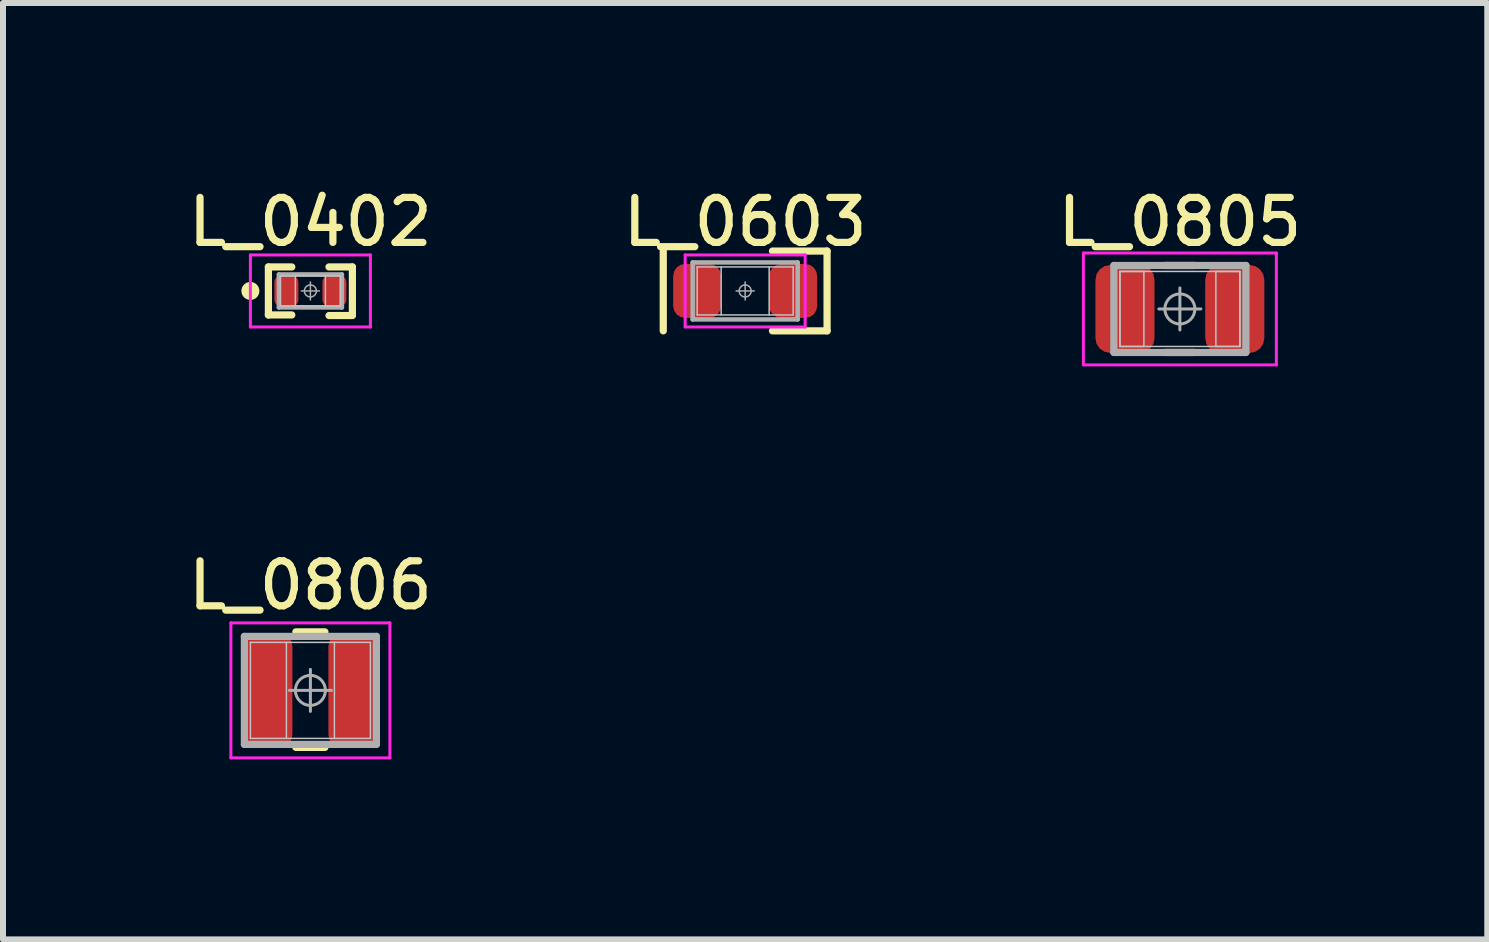
<source format=kicad_pcb>
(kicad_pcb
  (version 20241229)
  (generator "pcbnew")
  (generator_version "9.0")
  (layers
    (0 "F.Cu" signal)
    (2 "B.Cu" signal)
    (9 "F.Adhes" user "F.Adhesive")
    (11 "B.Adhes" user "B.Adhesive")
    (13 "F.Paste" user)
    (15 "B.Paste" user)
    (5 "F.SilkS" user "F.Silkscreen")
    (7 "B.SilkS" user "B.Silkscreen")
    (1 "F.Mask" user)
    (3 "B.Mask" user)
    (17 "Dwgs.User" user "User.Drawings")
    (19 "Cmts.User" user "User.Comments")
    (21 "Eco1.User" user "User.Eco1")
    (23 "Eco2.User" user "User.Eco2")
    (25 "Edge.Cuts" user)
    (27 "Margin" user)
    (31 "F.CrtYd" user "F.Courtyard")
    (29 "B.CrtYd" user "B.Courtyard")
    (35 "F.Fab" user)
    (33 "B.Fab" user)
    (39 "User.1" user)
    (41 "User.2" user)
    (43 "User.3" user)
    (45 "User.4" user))
  (footprint "L_0806"
    (layer "F.Cu")
    (at 2.123 8.456)
    (property "Reference" "L_0806" (at 0 -1.75 0) (layer "F.SilkS") (effects (font (size 0.75 0.75) (thickness 0.12))))
    (attr smd)
    (fp_line (start -0.242 -0.975) (end 0.242 -0.975) (stroke (width 0.12) (type solid)) (layer "F.SilkS"))
    (fp_line (start -0.242 0.95) (end 0.242 0.95) (stroke (width 0.12) (type solid)) (layer "F.SilkS"))
    (fp_line (start -1 -0.8) (end 1 -0.8) (stroke (width 0.025) (type solid)) (layer "Dwgs.User"))
    (fp_line (start -1 0.8) (end -1 -0.8) (stroke (width 0.025) (type solid)) (layer "Dwgs.User"))
    (fp_line (start -0.4 -0.8) (end -0.4 0.8) (stroke (width 0.025) (type solid)) (layer "Dwgs.User"))
    (fp_line (start 0.4 0.8) (end 0.4 -0.8) (stroke (width 0.025) (type solid)) (layer "Dwgs.User"))
    (fp_line (start 1 -0.8) (end 1 0.8) (stroke (width 0.025) (type solid)) (layer "Dwgs.User"))
    (fp_line (start 1 0.8) (end -1 0.8) (stroke (width 0.025) (type solid)) (layer "Dwgs.User"))
    (fp_line (start -1.325 -1.125) (end 1.325 -1.125) (stroke (width 0.05) (type solid)) (layer "F.CrtYd"))
    (fp_line (start -1.325 1.125) (end -1.325 -1.125) (stroke (width 0.05) (type solid)) (layer "F.CrtYd"))
    (fp_line (start 1.325 -1.125) (end 1.325 1.125) (stroke (width 0.05) (type solid)) (layer "F.CrtYd"))
    (fp_line (start 1.325 1.125) (end -1.325 1.125) (stroke (width 0.05) (type solid)) (layer "F.CrtYd"))
    (fp_line (start -1.1 -0.9) (end 1.1 -0.9) (stroke (width 0.12) (type solid)) (layer "F.Fab"))
    (fp_line (start -1.1 0.9) (end -1.1 -0.9) (stroke (width 0.12) (type solid)) (layer "F.Fab"))
    (fp_line (start 0 -0.35) (end 0 0.35) (stroke (width 0.05) (type solid)) (layer "F.Fab"))
    (fp_line (start 0.35 0) (end -0.35 0) (stroke (width 0.05) (type solid)) (layer "F.Fab"))
    (fp_line (start 1.1 -0.9) (end 1.1 0.9) (stroke (width 0.12) (type solid)) (layer "F.Fab"))
    (fp_line (start 1.1 0.9) (end -1.1 0.9) (stroke (width 0.12) (type solid)) (layer "F.Fab"))
    (fp_circle (center 0 0) (end 0.25 0) (stroke (width 0.05) (type solid)) (fill no) (layer "F.Fab"))
    (pad "1" smd roundrect (at -0.725 0) (size 0.85 1.9) (layers "F.Cu" "F.Mask" "F.Paste") (roundrect_rratio 0.25))
    (pad "2" smd roundrect (at 0.725 0) (size 0.85 1.9) (layers "F.Cu" "F.Mask" "F.Paste") (roundrect_rratio 0.25)))
  (footprint "L_0805"
    (layer "F.Cu")
    (at 16.614 2.099)
    (property "Reference" "L_0805" (at 0 -1.45 0) (layer "F.SilkS") (effects (font (size 0.75 0.75) (thickness 0.12))))
    (attr smd)
    (fp_line (start -0.242 -0.725) (end 0.242 -0.725) (stroke (width 0.12) (type solid)) (layer "F.SilkS"))
    (fp_line (start -0.242 0.725) (end 0.242 0.725) (stroke (width 0.12) (type solid)) (layer "F.SilkS"))
    (fp_line (start -1 -0.625) (end -0.6 -0.625) (stroke (width 0.025) (type solid)) (layer "Dwgs.User"))
    (fp_line (start -1 -0.625) (end 1 -0.625) (stroke (width 0.025) (type solid)) (layer "Dwgs.User"))
    (fp_line (start -1 0.625) (end -1 -0.625) (stroke (width 0.025) (type solid)) (layer "Dwgs.User"))
    (fp_line (start -1 0.625) (end -1 -0.625) (stroke (width 0.025) (type solid)) (layer "Dwgs.User"))
    (fp_line (start -0.6 -0.625) (end -0.6 0.625) (stroke (width 0.025) (type solid)) (layer "Dwgs.User"))
    (fp_line (start -0.6 0.625) (end -1 0.625) (stroke (width 0.025) (type solid)) (layer "Dwgs.User"))
    (fp_line (start 0.6 -0.625) (end 1 -0.625) (stroke (width 0.025) (type solid)) (layer "Dwgs.User"))
    (fp_line (start 0.6 0.625) (end 0.6 -0.625) (stroke (width 0.025) (type solid)) (layer "Dwgs.User"))
    (fp_line (start 1 -0.625) (end 1 0.625) (stroke (width 0.025) (type solid)) (layer "Dwgs.User"))
    (fp_line (start 1 -0.625) (end 1 0.625) (stroke (width 0.025) (type solid)) (layer "Dwgs.User"))
    (fp_line (start 1 0.625) (end -1 0.625) (stroke (width 0.025) (type solid)) (layer "Dwgs.User"))
    (fp_line (start 1 0.625) (end 0.6 0.625) (stroke (width 0.025) (type solid)) (layer "Dwgs.User"))
    (fp_line (start -1.608 -0.932) (end 1.608 -0.932) (stroke (width 0.05) (type solid)) (layer "F.CrtYd"))
    (fp_line (start -1.608 0.932) (end -1.608 -0.932) (stroke (width 0.05) (type solid)) (layer "F.CrtYd"))
    (fp_line (start 1.608 -0.932) (end 1.608 0.932) (stroke (width 0.05) (type solid)) (layer "F.CrtYd"))
    (fp_line (start 1.608 0.932) (end -1.608 0.932) (stroke (width 0.05) (type solid)) (layer "F.CrtYd"))
    (fp_line (start -1.1 -0.725) (end 1.1 -0.725) (stroke (width 0.12) (type solid)) (layer "F.Fab"))
    (fp_line (start -1.1 0.725) (end -1.1 -0.725) (stroke (width 0.12) (type solid)) (layer "F.Fab"))
    (fp_line (start 0 -0.35) (end 0 0.35) (stroke (width 0.05) (type solid)) (layer "F.Fab"))
    (fp_line (start 0.35 0) (end -0.35 0) (stroke (width 0.05) (type solid)) (layer "F.Fab"))
    (fp_line (start 1.1 -0.725) (end 1.1 0.725) (stroke (width 0.12) (type solid)) (layer "F.Fab"))
    (fp_line (start 1.1 0.725) (end -1.1 0.725) (stroke (width 0.12) (type solid)) (layer "F.Fab"))
    (fp_circle (center 0 0) (end 0.25 0) (stroke (width 0.05) (type solid)) (fill no) (layer "F.Fab"))
    (pad "1" smd roundrect (at -0.915 0) (size 0.985 1.465) (layers "F.Cu" "F.Mask" "F.Paste") (roundrect_rratio 0.25))
    (pad "2" smd roundrect (at 0.915 0) (size 0.985 1.465) (layers "F.Cu" "F.Mask" "F.Paste") (roundrect_rratio 0.25)))
  (footprint "L_0603"
    (layer "F.Cu")
    (at 9.369 1.799)
    (property "Reference" "L_0603" (at 0 -1.15 0) (layer "F.SilkS") (effects (font (size 0.75 0.75) (thickness 0.12))))
    (attr smd)
    (fp_line (start -1.365 0.665) (end -1.365 -0.665) (stroke (width 0.12) (type solid)) (layer "F.SilkS"))
    (fp_line (start 0.455 0.665) (end 1.365 0.665) (stroke (width 0.12) (type solid)) (layer "F.SilkS"))
    (fp_line (start 1.365 -0.665) (end 0.455 -0.665) (stroke (width 0.12) (type solid)) (layer "F.SilkS"))
    (fp_line (start 1.365 0.665) (end 1.365 -0.665) (stroke (width 0.12) (type solid)) (layer "F.SilkS"))
    (fp_line (start -0.8 -0.4) (end 0.8 -0.4) (stroke (width 0.025) (type solid)) (layer "Dwgs.User"))
    (fp_line (start -0.8 0.4) (end -0.8 -0.4) (stroke (width 0.025) (type solid)) (layer "Dwgs.User"))
    (fp_line (start -0.4 -0.4) (end -0.4 0.4) (stroke (width 0.025) (type solid)) (layer "Dwgs.User"))
    (fp_line (start 0.4 0.4) (end 0.4 -0.4) (stroke (width 0.025) (type solid)) (layer "Dwgs.User"))
    (fp_line (start 0.8 -0.4) (end 0.8 0.4) (stroke (width 0.025) (type solid)) (layer "Dwgs.User"))
    (fp_line (start 0.8 0.4) (end -0.8 0.4) (stroke (width 0.025) (type solid)) (layer "Dwgs.User"))
    (fp_line (start -1 -0.6) (end 1 -0.6) (stroke (width 0.05) (type solid)) (layer "F.CrtYd"))
    (fp_line (start -1 0.6) (end -1 -0.6) (stroke (width 0.05) (type solid)) (layer "F.CrtYd"))
    (fp_line (start 1 -0.6) (end 1 0.6) (stroke (width 0.05) (type solid)) (layer "F.CrtYd"))
    (fp_line (start 1 0.6) (end -1 0.6) (stroke (width 0.05) (type solid)) (layer "F.CrtYd"))
    (fp_line (start -0.875 -0.475) (end 0.875 -0.475) (stroke (width 0.075) (type solid)) (layer "F.Fab"))
    (fp_line (start -0.875 0.475) (end -0.875 -0.475) (stroke (width 0.075) (type solid)) (layer "F.Fab"))
    (fp_line (start 0 -0.15) (end 0 0.15) (stroke (width 0.025) (type solid)) (layer "F.Fab"))
    (fp_line (start 0.15 0) (end -0.15 0) (stroke (width 0.025) (type solid)) (layer "F.Fab"))
    (fp_line (start 0.875 -0.475) (end 0.875 0.475) (stroke (width 0.075) (type solid)) (layer "F.Fab"))
    (fp_line (start 0.875 0.475) (end -0.875 0.475) (stroke (width 0.075) (type solid)) (layer "F.Fab"))
    (fp_circle (center 0 0) (end 0.1 0) (stroke (width 0.025) (type solid)) (fill no) (layer "F.Fab"))
    (pad "1" smd roundrect (at -0.8 0) (size 0.8 0.9) (layers "F.Cu" "F.Mask" "F.Paste") (roundrect_rratio 0.25))
    (pad "2" smd roundrect (at 0.8 0) (size 0.8 0.9) (layers "F.Cu" "F.Mask" "F.Paste") (roundrect_rratio 0.25)))
  (footprint "L_0402"
    (layer "F.Cu")
    (at 2.123 1.799)
    (property "Reference" "L_0402" (at 0 -1.15 0) (layer "F.SilkS") (effects (font (size 0.75 0.75) (thickness 0.12))))
    (attr smd)
    (fp_line (start -0.7 -0.4) (end -0.31 -0.4) (stroke (width 0.12) (type solid)) (layer "F.SilkS"))
    (fp_line (start -0.7 0.4) (end -0.7 -0.4) (stroke (width 0.12) (type default)) (layer "F.SilkS"))
    (fp_line (start -0.7 0.4) (end -0.31 0.4) (stroke (width 0.12) (type solid)) (layer "F.SilkS"))
    (fp_line (start 0.31 -0.4) (end 0.7 -0.4) (stroke (width 0.12) (type solid)) (layer "F.SilkS"))
    (fp_line (start 0.31 0.41) (end 0.7 0.41) (stroke (width 0.12) (type solid)) (layer "F.SilkS"))
    (fp_line (start 0.7 0.4) (end 0.7 -0.4) (stroke (width 0.12) (type default)) (layer "F.SilkS"))
    (fp_circle (center -1 0) (end -0.9 0) (stroke (width 0.1) (type solid)) (fill yes) (layer "F.SilkS"))
    (fp_line (start -0.5 -0.25) (end 0.5 -0.25) (stroke (width 0.025) (type solid)) (layer "Dwgs.User"))
    (fp_line (start -0.5 0.25) (end -0.5 -0.25) (stroke (width 0.025) (type solid)) (layer "Dwgs.User"))
    (fp_line (start -0.25 -0.25) (end -0.25 0.25) (stroke (width 0.025) (type solid)) (layer "Dwgs.User"))
    (fp_line (start 0.25 0.25) (end 0.25 -0.25) (stroke (width 0.025) (type solid)) (layer "Dwgs.User"))
    (fp_line (start 0.5 -0.25) (end 0.5 0.25) (stroke (width 0.025) (type solid)) (layer "Dwgs.User"))
    (fp_line (start 0.5 0.25) (end -0.5 0.25) (stroke (width 0.025) (type solid)) (layer "Dwgs.User"))
    (fp_line (start -1 -0.6) (end 1 -0.6) (stroke (width 0.05) (type solid)) (layer "F.CrtYd"))
    (fp_line (start -1 0.6) (end -1 -0.6) (stroke (width 0.05) (type solid)) (layer "F.CrtYd"))
    (fp_line (start 1 -0.6) (end 1 0.6) (stroke (width 0.05) (type solid)) (layer "F.CrtYd"))
    (fp_line (start 1 0.6) (end -1 0.6) (stroke (width 0.05) (type solid)) (layer "F.CrtYd"))
    (fp_line (start -0.525 -0.275) (end 0.525 -0.275) (stroke (width 0.075) (type solid)) (layer "F.Fab"))
    (fp_line (start -0.525 0.275) (end -0.525 -0.275) (stroke (width 0.075) (type solid)) (layer "F.Fab"))
    (fp_line (start 0 -0.15) (end 0 0.15) (stroke (width 0.025) (type solid)) (layer "F.Fab"))
    (fp_line (start 0.15 0) (end -0.15 0) (stroke (width 0.025) (type solid)) (layer "F.Fab"))
    (fp_line (start 0.525 -0.275) (end 0.525 0.275) (stroke (width 0.075) (type solid)) (layer "F.Fab"))
    (fp_line (start 0.525 0.275) (end -0.525 0.275) (stroke (width 0.075) (type solid)) (layer "F.Fab"))
    (fp_circle (center 0 0) (end 0.1 0) (stroke (width 0.025) (type solid)) (fill no) (layer "F.Fab"))
    (pad "1" smd roundrect (at -0.4 0) (size 0.4 0.5) (layers "F.Cu" "F.Mask" "F.Paste") (roundrect_rratio 0.25))
    (pad "2" smd roundrect (at 0.4 0) (size 0.4 0.5) (layers "F.Cu" "F.Mask" "F.Paste") (roundrect_rratio 0.25)))
  (gr_rect
    (start -3 -3)
    (end 21.737 12.606)
    (stroke (width 0.1) (type default))
    (fill no)
    (layer "Edge.Cuts")))
</source>
